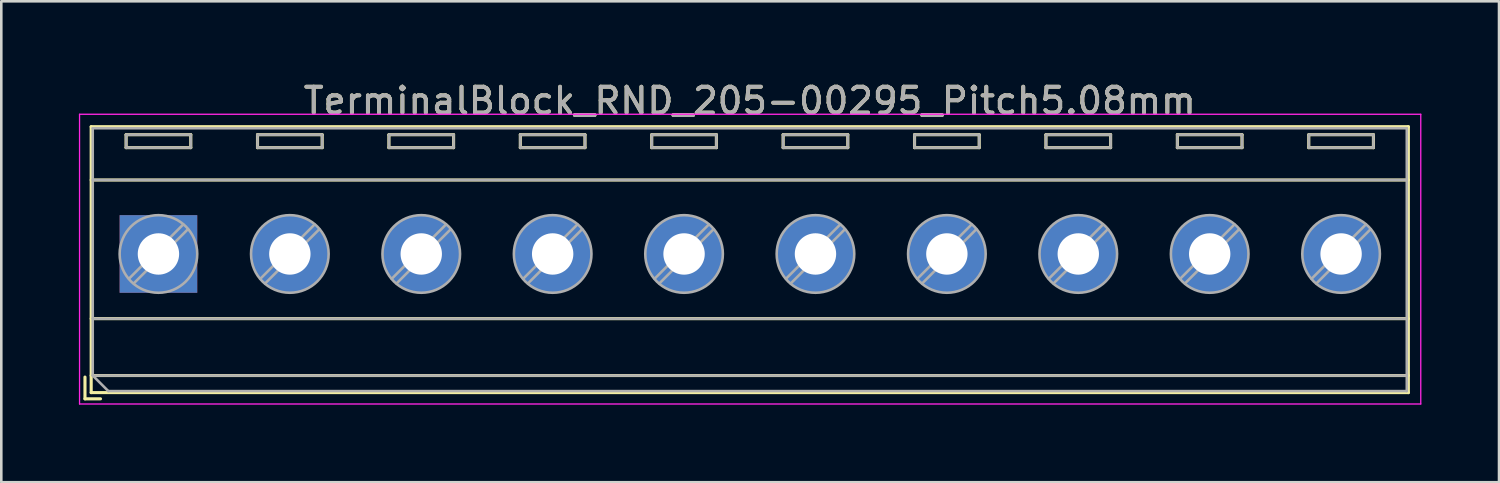
<source format=kicad_pcb>
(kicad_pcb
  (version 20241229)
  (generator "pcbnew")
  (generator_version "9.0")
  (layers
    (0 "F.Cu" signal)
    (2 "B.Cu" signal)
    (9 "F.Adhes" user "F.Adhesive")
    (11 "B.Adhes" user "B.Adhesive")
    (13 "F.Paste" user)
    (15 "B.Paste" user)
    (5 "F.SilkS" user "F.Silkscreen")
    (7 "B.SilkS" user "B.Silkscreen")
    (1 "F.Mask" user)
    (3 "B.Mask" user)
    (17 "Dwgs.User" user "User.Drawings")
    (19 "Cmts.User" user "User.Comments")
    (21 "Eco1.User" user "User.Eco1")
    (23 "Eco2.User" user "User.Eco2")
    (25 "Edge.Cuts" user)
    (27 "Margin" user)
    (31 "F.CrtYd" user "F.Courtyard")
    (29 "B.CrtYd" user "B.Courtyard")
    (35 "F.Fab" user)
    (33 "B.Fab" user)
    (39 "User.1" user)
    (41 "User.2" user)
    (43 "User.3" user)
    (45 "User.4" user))
  (footprint "TerminalBlock_RND_205-00295_Pitch5.08mm"
    (layer "F.Cu")
    (at 3.075 6.768)
    (property "Reference" "TerminalBlock_RND_205-00295_Pitch5.08mm" (at 22.86 -5.92 0) (layer "F.SilkS") (effects (font (size 1 1) (thickness 0.15))))
    (attr through_hole)
    (fp_line (start -2.84 4.76) (end -2.84 5.6) (stroke (width 0.12) (type solid)) (layer "F.SilkS"))
    (fp_line (start -2.84 5.6) (end -2.24 5.6) (stroke (width 0.12) (type solid)) (layer "F.SilkS"))
    (fp_line (start -2.6 -4.92) (end -2.6 5.36) (stroke (width 0.12) (type solid)) (layer "F.SilkS"))
    (fp_line (start -2.6 -2.86) (end 48.32 -2.86) (stroke (width 0.12) (type solid)) (layer "F.SilkS"))
    (fp_line (start -2.6 2.5) (end 48.32 2.5) (stroke (width 0.12) (type solid)) (layer "F.SilkS"))
    (fp_line (start -2.6 4.7) (end 48.32 4.7) (stroke (width 0.12) (type solid)) (layer "F.SilkS"))
    (fp_line (start -2.6 5.36) (end 48.32 5.36) (stroke (width 0.12) (type solid)) (layer "F.SilkS"))
    (fp_line (start -1.25 -4.61) (end -1.25 -4.11) (stroke (width 0.12) (type solid)) (layer "F.SilkS"))
    (fp_line (start -1.25 -4.61) (end 1.25 -4.61) (stroke (width 0.12) (type solid)) (layer "F.SilkS"))
    (fp_line (start -1.25 -4.11) (end 1.25 -4.11) (stroke (width 0.12) (type solid)) (layer "F.SilkS"))
    (fp_line (start 1.25 -4.61) (end 1.25 -4.11) (stroke (width 0.12) (type solid)) (layer "F.SilkS"))
    (fp_line (start 3.83 -4.61) (end 3.83 -4.11) (stroke (width 0.12) (type solid)) (layer "F.SilkS"))
    (fp_line (start 3.83 -4.61) (end 6.33 -4.61) (stroke (width 0.12) (type solid)) (layer "F.SilkS"))
    (fp_line (start 3.83 -4.11) (end 6.33 -4.11) (stroke (width 0.12) (type solid)) (layer "F.SilkS"))
    (fp_line (start 6.33 -4.61) (end 6.33 -4.11) (stroke (width 0.12) (type solid)) (layer "F.SilkS"))
    (fp_line (start 8.91 -4.61) (end 8.91 -4.11) (stroke (width 0.12) (type solid)) (layer "F.SilkS"))
    (fp_line (start 8.91 -4.61) (end 11.41 -4.61) (stroke (width 0.12) (type solid)) (layer "F.SilkS"))
    (fp_line (start 8.91 -4.11) (end 11.41 -4.11) (stroke (width 0.12) (type solid)) (layer "F.SilkS"))
    (fp_line (start 11.41 -4.61) (end 11.41 -4.11) (stroke (width 0.12) (type solid)) (layer "F.SilkS"))
    (fp_line (start 13.99 -4.61) (end 13.99 -4.11) (stroke (width 0.12) (type solid)) (layer "F.SilkS"))
    (fp_line (start 13.99 -4.61) (end 16.49 -4.61) (stroke (width 0.12) (type solid)) (layer "F.SilkS"))
    (fp_line (start 13.99 -4.11) (end 16.49 -4.11) (stroke (width 0.12) (type solid)) (layer "F.SilkS"))
    (fp_line (start 16.49 -4.61) (end 16.49 -4.11) (stroke (width 0.12) (type solid)) (layer "F.SilkS"))
    (fp_line (start 19.07 -4.61) (end 19.07 -4.11) (stroke (width 0.12) (type solid)) (layer "F.SilkS"))
    (fp_line (start 19.07 -4.61) (end 21.57 -4.61) (stroke (width 0.12) (type solid)) (layer "F.SilkS"))
    (fp_line (start 19.07 -4.11) (end 21.57 -4.11) (stroke (width 0.12) (type solid)) (layer "F.SilkS"))
    (fp_line (start 21.57 -4.61) (end 21.57 -4.11) (stroke (width 0.12) (type solid)) (layer "F.SilkS"))
    (fp_line (start 24.15 -4.61) (end 24.15 -4.11) (stroke (width 0.12) (type solid)) (layer "F.SilkS"))
    (fp_line (start 24.15 -4.61) (end 26.65 -4.61) (stroke (width 0.12) (type solid)) (layer "F.SilkS"))
    (fp_line (start 24.15 -4.11) (end 26.65 -4.11) (stroke (width 0.12) (type solid)) (layer "F.SilkS"))
    (fp_line (start 26.65 -4.61) (end 26.65 -4.11) (stroke (width 0.12) (type solid)) (layer "F.SilkS"))
    (fp_line (start 29.23 -4.61) (end 29.23 -4.11) (stroke (width 0.12) (type solid)) (layer "F.SilkS"))
    (fp_line (start 29.23 -4.61) (end 31.73 -4.61) (stroke (width 0.12) (type solid)) (layer "F.SilkS"))
    (fp_line (start 29.23 -4.11) (end 31.73 -4.11) (stroke (width 0.12) (type solid)) (layer "F.SilkS"))
    (fp_line (start 31.73 -4.61) (end 31.73 -4.11) (stroke (width 0.12) (type solid)) (layer "F.SilkS"))
    (fp_line (start 34.31 -4.61) (end 34.31 -4.11) (stroke (width 0.12) (type solid)) (layer "F.SilkS"))
    (fp_line (start 34.31 -4.61) (end 36.81 -4.61) (stroke (width 0.12) (type solid)) (layer "F.SilkS"))
    (fp_line (start 34.31 -4.11) (end 36.81 -4.11) (stroke (width 0.12) (type solid)) (layer "F.SilkS"))
    (fp_line (start 36.81 -4.61) (end 36.81 -4.11) (stroke (width 0.12) (type solid)) (layer "F.SilkS"))
    (fp_line (start 39.39 -4.61) (end 39.39 -4.11) (stroke (width 0.12) (type solid)) (layer "F.SilkS"))
    (fp_line (start 39.39 -4.61) (end 41.89 -4.61) (stroke (width 0.12) (type solid)) (layer "F.SilkS"))
    (fp_line (start 39.39 -4.11) (end 41.89 -4.11) (stroke (width 0.12) (type solid)) (layer "F.SilkS"))
    (fp_line (start 41.89 -4.61) (end 41.89 -4.11) (stroke (width 0.12) (type solid)) (layer "F.SilkS"))
    (fp_line (start 44.47 -4.61) (end 44.47 -4.11) (stroke (width 0.12) (type solid)) (layer "F.SilkS"))
    (fp_line (start 44.47 -4.61) (end 46.97 -4.61) (stroke (width 0.12) (type solid)) (layer "F.SilkS"))
    (fp_line (start 44.47 -4.11) (end 46.97 -4.11) (stroke (width 0.12) (type solid)) (layer "F.SilkS"))
    (fp_line (start 46.97 -4.61) (end 46.97 -4.11) (stroke (width 0.12) (type solid)) (layer "F.SilkS"))
    (fp_line (start 48.32 -4.92) (end -2.6 -4.92) (stroke (width 0.12) (type solid)) (layer "F.SilkS"))
    (fp_line (start 48.32 5.36) (end 48.32 -4.92) (stroke (width 0.12) (type solid)) (layer "F.SilkS"))
    (fp_line (start -3.05 -5.4) (end -3.05 5.8) (stroke (width 0.05) (type solid)) (layer "F.CrtYd"))
    (fp_line (start -3.05 5.8) (end 48.8 5.8) (stroke (width 0.05) (type solid)) (layer "F.CrtYd"))
    (fp_line (start 48.8 -5.4) (end -3.05 -5.4) (stroke (width 0.05) (type solid)) (layer "F.CrtYd"))
    (fp_line (start 48.8 5.8) (end 48.8 -5.4) (stroke (width 0.05) (type solid)) (layer "F.CrtYd"))
    (fp_line (start -2.54 -4.86) (end 48.26 -4.86) (stroke (width 0.1) (type solid)) (layer "F.Fab"))
    (fp_line (start -2.54 -2.86) (end 48.26 -2.86) (stroke (width 0.1) (type solid)) (layer "F.Fab"))
    (fp_line (start -2.54 2.5) (end 48.26 2.5) (stroke (width 0.1) (type solid)) (layer "F.Fab"))
    (fp_line (start -2.54 4.7) (end -2.54 -4.86) (stroke (width 0.1) (type solid)) (layer "F.Fab"))
    (fp_line (start -2.54 4.7) (end 48.26 4.7) (stroke (width 0.1) (type solid)) (layer "F.Fab"))
    (fp_line (start -1.94 5.3) (end -2.54 4.7) (stroke (width 0.1) (type solid)) (layer "F.Fab"))
    (fp_line (start -1.25 -4.61) (end -1.25 -4.11) (stroke (width 0.1) (type solid)) (layer "F.Fab"))
    (fp_line (start -1.25 -4.11) (end 1.25 -4.11) (stroke (width 0.1) (type solid)) (layer "F.Fab"))
    (fp_line (start 0.955 -1.138) (end -1.138 0.955) (stroke (width 0.1) (type solid)) (layer "F.Fab"))
    (fp_line (start 1.138 -0.955) (end -0.955 1.138) (stroke (width 0.1) (type solid)) (layer "F.Fab"))
    (fp_line (start 1.25 -4.61) (end -1.25 -4.61) (stroke (width 0.1) (type solid)) (layer "F.Fab"))
    (fp_line (start 1.25 -4.11) (end 1.25 -4.61) (stroke (width 0.1) (type solid)) (layer "F.Fab"))
    (fp_line (start 3.83 -4.61) (end 3.83 -4.11) (stroke (width 0.1) (type solid)) (layer "F.Fab"))
    (fp_line (start 3.83 -4.11) (end 6.33 -4.11) (stroke (width 0.1) (type solid)) (layer "F.Fab"))
    (fp_line (start 6.035 -1.138) (end 3.943 0.955) (stroke (width 0.1) (type solid)) (layer "F.Fab"))
    (fp_line (start 6.218 -0.955) (end 4.126 1.138) (stroke (width 0.1) (type solid)) (layer "F.Fab"))
    (fp_line (start 6.33 -4.61) (end 3.83 -4.61) (stroke (width 0.1) (type solid)) (layer "F.Fab"))
    (fp_line (start 6.33 -4.11) (end 6.33 -4.61) (stroke (width 0.1) (type solid)) (layer "F.Fab"))
    (fp_line (start 8.91 -4.61) (end 8.91 -4.11) (stroke (width 0.1) (type solid)) (layer "F.Fab"))
    (fp_line (start 8.91 -4.11) (end 11.41 -4.11) (stroke (width 0.1) (type solid)) (layer "F.Fab"))
    (fp_line (start 11.115 -1.138) (end 9.023 0.955) (stroke (width 0.1) (type solid)) (layer "F.Fab"))
    (fp_line (start 11.298 -0.955) (end 9.206 1.138) (stroke (width 0.1) (type solid)) (layer "F.Fab"))
    (fp_line (start 11.41 -4.61) (end 8.91 -4.61) (stroke (width 0.1) (type solid)) (layer "F.Fab"))
    (fp_line (start 11.41 -4.11) (end 11.41 -4.61) (stroke (width 0.1) (type solid)) (layer "F.Fab"))
    (fp_line (start 13.99 -4.61) (end 13.99 -4.11) (stroke (width 0.1) (type solid)) (layer "F.Fab"))
    (fp_line (start 13.99 -4.11) (end 16.49 -4.11) (stroke (width 0.1) (type solid)) (layer "F.Fab"))
    (fp_line (start 16.195 -1.138) (end 14.103 0.955) (stroke (width 0.1) (type solid)) (layer "F.Fab"))
    (fp_line (start 16.378 -0.955) (end 14.286 1.138) (stroke (width 0.1) (type solid)) (layer "F.Fab"))
    (fp_line (start 16.49 -4.61) (end 13.99 -4.61) (stroke (width 0.1) (type solid)) (layer "F.Fab"))
    (fp_line (start 16.49 -4.11) (end 16.49 -4.61) (stroke (width 0.1) (type solid)) (layer "F.Fab"))
    (fp_line (start 19.07 -4.61) (end 19.07 -4.11) (stroke (width 0.1) (type solid)) (layer "F.Fab"))
    (fp_line (start 19.07 -4.11) (end 21.57 -4.11) (stroke (width 0.1) (type solid)) (layer "F.Fab"))
    (fp_line (start 21.275 -1.138) (end 19.183 0.955) (stroke (width 0.1) (type solid)) (layer "F.Fab"))
    (fp_line (start 21.458 -0.955) (end 19.366 1.138) (stroke (width 0.1) (type solid)) (layer "F.Fab"))
    (fp_line (start 21.57 -4.61) (end 19.07 -4.61) (stroke (width 0.1) (type solid)) (layer "F.Fab"))
    (fp_line (start 21.57 -4.11) (end 21.57 -4.61) (stroke (width 0.1) (type solid)) (layer "F.Fab"))
    (fp_line (start 24.15 -4.61) (end 24.15 -4.11) (stroke (width 0.1) (type solid)) (layer "F.Fab"))
    (fp_line (start 24.15 -4.11) (end 26.65 -4.11) (stroke (width 0.1) (type solid)) (layer "F.Fab"))
    (fp_line (start 26.355 -1.138) (end 24.263 0.955) (stroke (width 0.1) (type solid)) (layer "F.Fab"))
    (fp_line (start 26.538 -0.955) (end 24.446 1.138) (stroke (width 0.1) (type solid)) (layer "F.Fab"))
    (fp_line (start 26.65 -4.61) (end 24.15 -4.61) (stroke (width 0.1) (type solid)) (layer "F.Fab"))
    (fp_line (start 26.65 -4.11) (end 26.65 -4.61) (stroke (width 0.1) (type solid)) (layer "F.Fab"))
    (fp_line (start 29.23 -4.61) (end 29.23 -4.11) (stroke (width 0.1) (type solid)) (layer "F.Fab"))
    (fp_line (start 29.23 -4.11) (end 31.73 -4.11) (stroke (width 0.1) (type solid)) (layer "F.Fab"))
    (fp_line (start 31.435 -1.138) (end 29.343 0.955) (stroke (width 0.1) (type solid)) (layer "F.Fab"))
    (fp_line (start 31.618 -0.955) (end 29.526 1.138) (stroke (width 0.1) (type solid)) (layer "F.Fab"))
    (fp_line (start 31.73 -4.61) (end 29.23 -4.61) (stroke (width 0.1) (type solid)) (layer "F.Fab"))
    (fp_line (start 31.73 -4.11) (end 31.73 -4.61) (stroke (width 0.1) (type solid)) (layer "F.Fab"))
    (fp_line (start 34.31 -4.61) (end 34.31 -4.11) (stroke (width 0.1) (type solid)) (layer "F.Fab"))
    (fp_line (start 34.31 -4.11) (end 36.81 -4.11) (stroke (width 0.1) (type solid)) (layer "F.Fab"))
    (fp_line (start 36.515 -1.138) (end 34.423 0.955) (stroke (width 0.1) (type solid)) (layer "F.Fab"))
    (fp_line (start 36.698 -0.955) (end 34.606 1.138) (stroke (width 0.1) (type solid)) (layer "F.Fab"))
    (fp_line (start 36.81 -4.61) (end 34.31 -4.61) (stroke (width 0.1) (type solid)) (layer "F.Fab"))
    (fp_line (start 36.81 -4.11) (end 36.81 -4.61) (stroke (width 0.1) (type solid)) (layer "F.Fab"))
    (fp_line (start 39.39 -4.61) (end 39.39 -4.11) (stroke (width 0.1) (type solid)) (layer "F.Fab"))
    (fp_line (start 39.39 -4.11) (end 41.89 -4.11) (stroke (width 0.1) (type solid)) (layer "F.Fab"))
    (fp_line (start 41.595 -1.138) (end 39.503 0.955) (stroke (width 0.1) (type solid)) (layer "F.Fab"))
    (fp_line (start 41.778 -0.955) (end 39.686 1.138) (stroke (width 0.1) (type solid)) (layer "F.Fab"))
    (fp_line (start 41.89 -4.61) (end 39.39 -4.61) (stroke (width 0.1) (type solid)) (layer "F.Fab"))
    (fp_line (start 41.89 -4.11) (end 41.89 -4.61) (stroke (width 0.1) (type solid)) (layer "F.Fab"))
    (fp_line (start 44.47 -4.61) (end 44.47 -4.11) (stroke (width 0.1) (type solid)) (layer "F.Fab"))
    (fp_line (start 44.47 -4.11) (end 46.97 -4.11) (stroke (width 0.1) (type solid)) (layer "F.Fab"))
    (fp_line (start 46.675 -1.138) (end 44.583 0.955) (stroke (width 0.1) (type solid)) (layer "F.Fab"))
    (fp_line (start 46.858 -0.955) (end 44.766 1.138) (stroke (width 0.1) (type solid)) (layer "F.Fab"))
    (fp_line (start 46.97 -4.61) (end 44.47 -4.61) (stroke (width 0.1) (type solid)) (layer "F.Fab"))
    (fp_line (start 46.97 -4.11) (end 46.97 -4.61) (stroke (width 0.1) (type solid)) (layer "F.Fab"))
    (fp_line (start 48.26 -4.86) (end 48.26 5.3) (stroke (width 0.1) (type solid)) (layer "F.Fab"))
    (fp_line (start 48.26 5.3) (end -1.94 5.3) (stroke (width 0.1) (type solid)) (layer "F.Fab"))
    (fp_circle (center 0 0) (end 1.5 0) (stroke (width 0.1) (type solid)) (fill no) (layer "F.Fab"))
    (fp_circle (center 5.08 0) (end 6.58 0) (stroke (width 0.1) (type solid)) (fill no) (layer "F.Fab"))
    (fp_circle (center 10.16 0) (end 11.66 0) (stroke (width 0.1) (type solid)) (fill no) (layer "F.Fab"))
    (fp_circle (center 15.24 0) (end 16.74 0) (stroke (width 0.1) (type solid)) (fill no) (layer "F.Fab"))
    (fp_circle (center 20.32 0) (end 21.82 0) (stroke (width 0.1) (type solid)) (fill no) (layer "F.Fab"))
    (fp_circle (center 25.4 0) (end 26.9 0) (stroke (width 0.1) (type solid)) (fill no) (layer "F.Fab"))
    (fp_circle (center 30.48 0) (end 31.98 0) (stroke (width 0.1) (type solid)) (fill no) (layer "F.Fab"))
    (fp_circle (center 35.56 0) (end 37.06 0) (stroke (width 0.1) (type solid)) (fill no) (layer "F.Fab"))
    (fp_circle (center 40.64 0) (end 42.14 0) (stroke (width 0.1) (type solid)) (fill no) (layer "F.Fab"))
    (fp_circle (center 45.72 0) (end 47.22 0) (stroke (width 0.1) (type solid)) (fill no) (layer "F.Fab"))
    (fp_text user "${REFERENCE}" (at 22.86 -5.92 0) (layer "F.Fab") (effects (font (size 1 1) (thickness 0.15))))
    (pad "1" thru_hole rect (at 0 0) (size 3 3) (drill 1.6) (layers "*.Cu" "*.Mask"))
    (pad "2" thru_hole circle (at 5.08 0) (size 3 3) (drill 1.6) (layers "*.Cu" "*.Mask"))
    (pad "3" thru_hole circle (at 10.16 0) (size 3 3) (drill 1.6) (layers "*.Cu" "*.Mask"))
    (pad "4" thru_hole circle (at 15.24 0) (size 3 3) (drill 1.6) (layers "*.Cu" "*.Mask"))
    (pad "5" thru_hole circle (at 20.32 0) (size 3 3) (drill 1.6) (layers "*.Cu" "*.Mask"))
    (pad "6" thru_hole circle (at 25.4 0) (size 3 3) (drill 1.6) (layers "*.Cu" "*.Mask"))
    (pad "7" thru_hole circle (at 30.48 0) (size 3 3) (drill 1.6) (layers "*.Cu" "*.Mask"))
    (pad "8" thru_hole circle (at 35.56 0) (size 3 3) (drill 1.6) (layers "*.Cu" "*.Mask"))
    (pad "9" thru_hole circle (at 40.64 0) (size 3 3) (drill 1.6) (layers "*.Cu" "*.Mask"))
    (pad "10" thru_hole circle (at 45.72 0) (size 3 3) (drill 1.6) (layers "*.Cu" "*.Mask")))
  (gr_rect
    (start -3 -3)
    (end 54.9 15.593)
    (stroke (width 0.1) (type default))
    (fill no)
    (layer "Edge.Cuts")))
</source>
